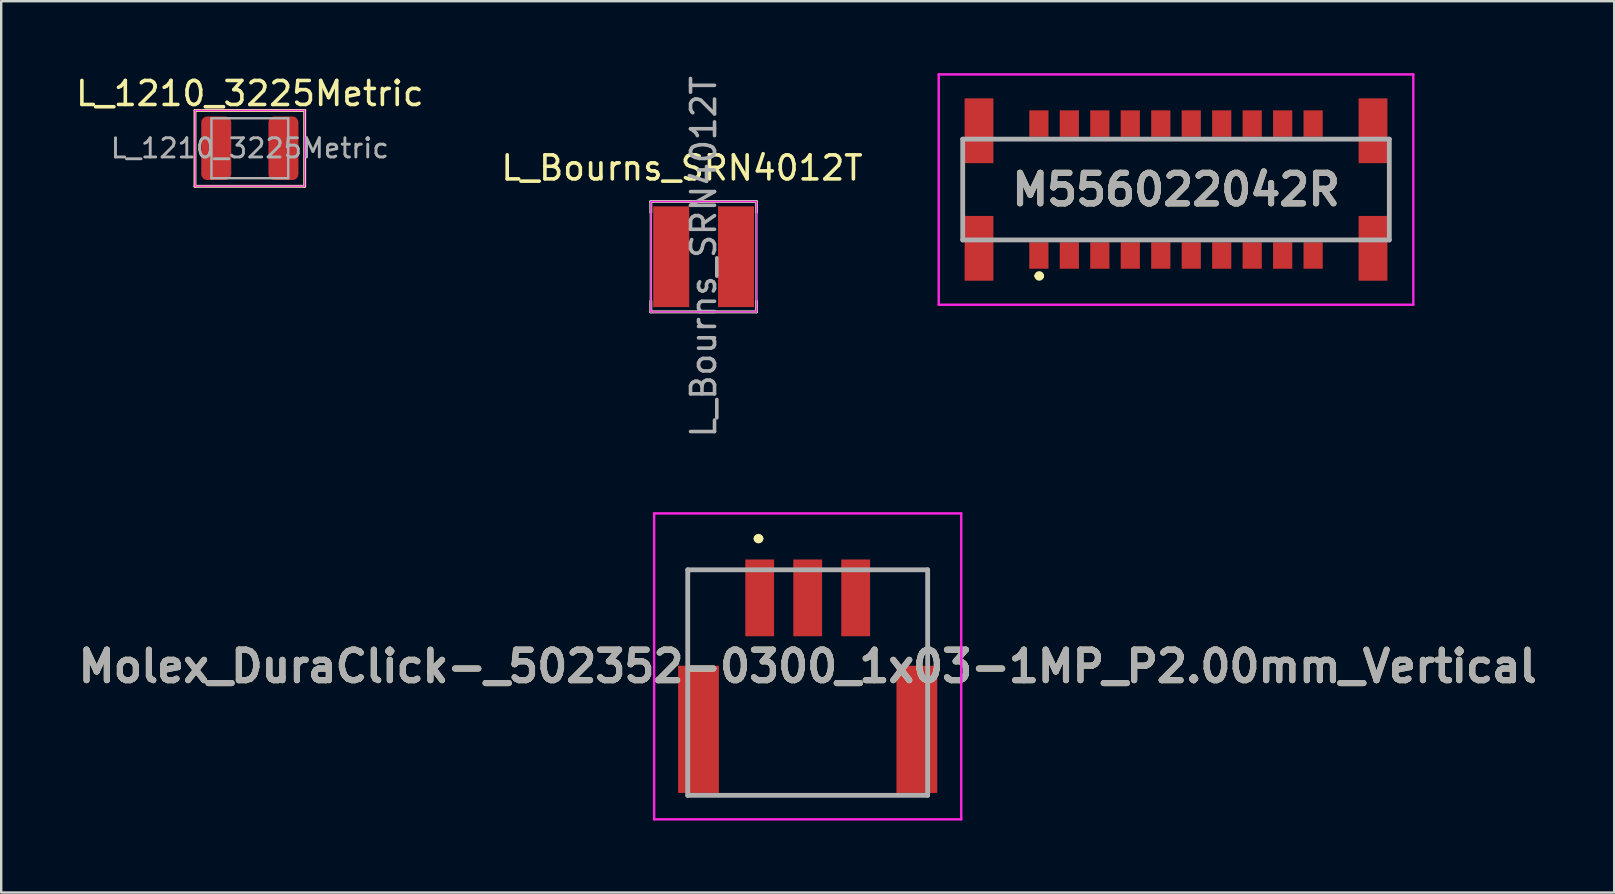
<source format=kicad_pcb>
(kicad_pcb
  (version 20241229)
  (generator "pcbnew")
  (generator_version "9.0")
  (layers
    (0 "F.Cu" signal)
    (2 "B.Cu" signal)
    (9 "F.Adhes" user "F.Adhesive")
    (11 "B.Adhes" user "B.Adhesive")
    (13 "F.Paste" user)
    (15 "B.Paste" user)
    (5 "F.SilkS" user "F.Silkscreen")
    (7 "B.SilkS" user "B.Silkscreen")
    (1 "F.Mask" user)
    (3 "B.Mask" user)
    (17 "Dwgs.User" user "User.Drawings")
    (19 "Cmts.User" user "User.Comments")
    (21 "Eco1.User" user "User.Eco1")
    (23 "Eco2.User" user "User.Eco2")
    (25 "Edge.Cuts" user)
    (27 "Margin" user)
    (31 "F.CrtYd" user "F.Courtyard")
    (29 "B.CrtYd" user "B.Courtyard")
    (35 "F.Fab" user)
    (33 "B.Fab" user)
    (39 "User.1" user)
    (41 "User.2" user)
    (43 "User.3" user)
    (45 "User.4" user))
  (footprint "L_1210_3225Metric"
    (layer "F.Cu")
    (at 7.363 3.128)
    (property "Reference" "L_1210_3225Metric" (at 0 -2.28 0) (layer "F.SilkS") (effects (font (size 1 1) (thickness 0.15))))
    (attr smd)
    (fp_line (start -2.286 -1.575) (end -2.286 1.587) (stroke (width 0.12) (type solid)) (layer "F.SilkS"))
    (fp_line (start -2.286 -1.575) (end 2.286 -1.575) (stroke (width 0.12) (type solid)) (layer "F.SilkS"))
    (fp_line (start -2.286 1.587) (end 2.286 1.587) (stroke (width 0.12) (type solid)) (layer "F.SilkS"))
    (fp_line (start 2.286 -1.575) (end 2.286 1.587) (stroke (width 0.12) (type solid)) (layer "F.SilkS"))
    (fp_line (start -2.28 -1.58) (end 2.28 -1.58) (stroke (width 0.05) (type solid)) (layer "F.CrtYd"))
    (fp_line (start -2.28 1.58) (end -2.28 -1.58) (stroke (width 0.05) (type solid)) (layer "F.CrtYd"))
    (fp_line (start 2.28 -1.58) (end 2.28 1.58) (stroke (width 0.05) (type solid)) (layer "F.CrtYd"))
    (fp_line (start 2.28 1.58) (end -2.28 1.58) (stroke (width 0.05) (type solid)) (layer "F.CrtYd"))
    (fp_line (start -1.6 -1.25) (end 1.6 -1.25) (stroke (width 0.1) (type solid)) (layer "F.Fab"))
    (fp_line (start -1.6 1.25) (end -1.6 -1.25) (stroke (width 0.1) (type solid)) (layer "F.Fab"))
    (fp_line (start 1.6 -1.25) (end 1.6 1.25) (stroke (width 0.1) (type solid)) (layer "F.Fab"))
    (fp_line (start 1.6 1.25) (end -1.6 1.25) (stroke (width 0.1) (type solid)) (layer "F.Fab"))
    (fp_text user "${REFERENCE}" (at 0 0 0) (layer "F.Fab") (effects (font (size 0.8 0.8) (thickness 0.12))))
    (pad "1" smd roundrect (at -1.4 0) (size 1.25 2.65) (layers "F.Cu" "F.Mask" "F.Paste") (roundrect_rratio 0.2))
    (pad "2" smd roundrect (at 1.4 0) (size 1.25 2.65) (layers "F.Cu" "F.Mask" "F.Paste") (roundrect_rratio 0.2)))
  (footprint "M556022042R"
    (layer "F.Cu")
    (at 45.964 4.85)
    (property "Reference" "M556022042R" (at 0 0 0) (layer "F.SilkS") (effects (font (size 1.27 1.27) (thickness 0.254))))
    (attr through_hole)
    (fp_line (start -8.89 -1) (end -8.89 1) (stroke (width 0.1) (type solid)) (layer "F.SilkS"))
    (fp_line (start -5.8 3.6) (end -5.8 3.6) (stroke (width 0.2) (type solid)) (layer "F.SilkS"))
    (fp_line (start -5.6 3.6) (end -5.6 3.6) (stroke (width 0.2) (type solid)) (layer "F.SilkS"))
    (fp_line (start 8.89 -1) (end 8.89 1) (stroke (width 0.1) (type solid)) (layer "F.SilkS"))
    (fp_arc (start -5.8 3.6) (mid -5.7 3.5) (end -5.6 3.6) (stroke (width 0.2) (type solid)) (layer "F.SilkS"))
    (fp_arc (start -5.6 3.6) (mid -5.7 3.7) (end -5.8 3.6) (stroke (width 0.2) (type solid)) (layer "F.SilkS"))
    (fp_line (start -9.89 -4.8) (end 9.89 -4.8) (stroke (width 0.1) (type solid)) (layer "F.CrtYd"))
    (fp_line (start -9.89 4.8) (end -9.89 -4.8) (stroke (width 0.1) (type solid)) (layer "F.CrtYd"))
    (fp_line (start 9.89 -4.8) (end 9.89 4.8) (stroke (width 0.1) (type solid)) (layer "F.CrtYd"))
    (fp_line (start 9.89 4.8) (end -9.89 4.8) (stroke (width 0.1) (type solid)) (layer "F.CrtYd"))
    (fp_line (start -8.89 -2.1) (end 8.89 -2.1) (stroke (width 0.2) (type solid)) (layer "F.Fab"))
    (fp_line (start -8.89 2.1) (end -8.89 -2.1) (stroke (width 0.2) (type solid)) (layer "F.Fab"))
    (fp_line (start 8.89 -2.1) (end 8.89 2.1) (stroke (width 0.2) (type solid)) (layer "F.Fab"))
    (fp_line (start 8.89 2.1) (end -8.89 2.1) (stroke (width 0.2) (type solid)) (layer "F.Fab"))
    (fp_text user "${REFERENCE}" (at 0 0 0) (layer "F.Fab") (effects (font (size 1.27 1.27) (thickness 0.254))))
    (pad "" np_thru_hole circle (at -7.925 0) (size 0.001 0.001) (drill 1.65) (layers "*.Cu" "*.Mask"))
    (pad "" np_thru_hole circle (at 7.925 0) (size 0.001 0.001) (drill 1.65) (layers "*.Cu" "*.Mask"))
    (pad "A1" smd rect (at -5.715 2.75) (size 0.8 1.1) (layers "F.Cu" "F.Mask" "F.Paste"))
    (pad "A2" smd rect (at -4.445 2.75) (size 0.8 1.1) (layers "F.Cu" "F.Mask" "F.Paste"))
    (pad "A3" smd rect (at -3.175 2.75) (size 0.8 1.1) (layers "F.Cu" "F.Mask" "F.Paste"))
    (pad "A4" smd rect (at -1.905 2.75) (size 0.8 1.1) (layers "F.Cu" "F.Mask" "F.Paste"))
    (pad "A5" smd rect (at -0.635 2.75) (size 0.8 1.1) (layers "F.Cu" "F.Mask" "F.Paste"))
    (pad "A6" smd rect (at 0.635 2.75) (size 0.8 1.1) (layers "F.Cu" "F.Mask" "F.Paste"))
    (pad "A7" smd rect (at 1.905 2.75) (size 0.8 1.1) (layers "F.Cu" "F.Mask" "F.Paste"))
    (pad "A8" smd rect (at 3.175 2.75) (size 0.8 1.1) (layers "F.Cu" "F.Mask" "F.Paste"))
    (pad "A9" smd rect (at 4.445 2.75) (size 0.8 1.1) (layers "F.Cu" "F.Mask" "F.Paste"))
    (pad "A10" smd rect (at 5.715 2.75) (size 0.8 1.1) (layers "F.Cu" "F.Mask" "F.Paste"))
    (pad "B1" smd rect (at -5.715 -2.75) (size 0.8 1.1) (layers "F.Cu" "F.Mask" "F.Paste"))
    (pad "B2" smd rect (at -4.445 -2.75) (size 0.8 1.1) (layers "F.Cu" "F.Mask" "F.Paste"))
    (pad "B3" smd rect (at -3.175 -2.75) (size 0.8 1.1) (layers "F.Cu" "F.Mask" "F.Paste"))
    (pad "B4" smd rect (at -1.905 -2.75) (size 0.8 1.1) (layers "F.Cu" "F.Mask" "F.Paste"))
    (pad "B5" smd rect (at -0.635 -2.75) (size 0.8 1.1) (layers "F.Cu" "F.Mask" "F.Paste"))
    (pad "B6" smd rect (at 0.635 -2.75) (size 0.8 1.1) (layers "F.Cu" "F.Mask" "F.Paste"))
    (pad "B7" smd rect (at 1.905 -2.75) (size 0.8 1.1) (layers "F.Cu" "F.Mask" "F.Paste"))
    (pad "B8" smd rect (at 3.175 -2.75) (size 0.8 1.1) (layers "F.Cu" "F.Mask" "F.Paste"))
    (pad "B9" smd rect (at 4.445 -2.75) (size 0.8 1.1) (layers "F.Cu" "F.Mask" "F.Paste"))
    (pad "B10" smd rect (at 5.715 -2.75) (size 0.8 1.1) (layers "F.Cu" "F.Mask" "F.Paste"))
    (pad "MP1" smd rect (at -8.21 -2.45) (size 1.2 2.7) (layers "F.Cu" "F.Mask" "F.Paste"))
    (pad "MP2" smd rect (at -8.21 2.45) (size 1.2 2.7) (layers "F.Cu" "F.Mask" "F.Paste"))
    (pad "MP3" smd rect (at 8.21 2.45) (size 1.2 2.7) (layers "F.Cu" "F.Mask" "F.Paste"))
    (pad "MP4" smd rect (at 8.21 -2.45) (size 1.2 2.7) (layers "F.Cu" "F.Mask" "F.Paste")))
  (footprint "Molex_DuraClick-_502352-0300_1x03-1MP_P2.00mm_Vertical"
    (layer "F.Cu")
    (at 30.613 25.398)
    (property "Reference" "Molex_DuraClick-_502352-0300_1x03-1MP_P2.00mm_Vertical" (at 0 -0.675 0) (layer "F.SilkS") (effects (font (size 1.27 1.27) (thickness 0.254))))
    (attr smd)
    (fp_line (start -4.95 -4.7) (end -5 -1.55) (stroke (width 0.1) (type solid)) (layer "F.SilkS"))
    (fp_line (start -3.45 -4.7) (end -4.95 -4.7) (stroke (width 0.1) (type solid)) (layer "F.SilkS"))
    (fp_line (start -2.95 4.7) (end 3.05 4.7) (stroke (width 0.1) (type solid)) (layer "F.SilkS"))
    (fp_line (start -2.1 -6) (end -2.1 -6) (stroke (width 0.3) (type solid)) (layer "F.SilkS"))
    (fp_line (start -2 -6) (end -2 -6) (stroke (width 0.3) (type solid)) (layer "F.SilkS"))
    (fp_line (start 3.55 -4.7) (end 5 -4.7) (stroke (width 0.1) (type solid)) (layer "F.SilkS"))
    (fp_line (start 5 -4.7) (end 5 -1.55) (stroke (width 0.1) (type solid)) (layer "F.SilkS"))
    (fp_arc (start -2.1 -6) (mid -2.05 -6.05) (end -2 -6) (stroke (width 0.3) (type solid)) (layer "F.SilkS"))
    (fp_arc (start -2 -6) (mid -2.05 -5.95) (end -2.1 -6) (stroke (width 0.3) (type solid)) (layer "F.SilkS"))
    (fp_line (start -6.4 -7.05) (end 6.4 -7.05) (stroke (width 0.1) (type solid)) (layer "F.CrtYd"))
    (fp_line (start -6.4 5.7) (end -6.4 -7.05) (stroke (width 0.1) (type solid)) (layer "F.CrtYd"))
    (fp_line (start 6.4 -7.05) (end 6.4 5.7) (stroke (width 0.1) (type solid)) (layer "F.CrtYd"))
    (fp_line (start 6.4 5.7) (end -6.4 5.7) (stroke (width 0.1) (type solid)) (layer "F.CrtYd"))
    (fp_line (start -5 -4.7) (end 5 -4.7) (stroke (width 0.2) (type solid)) (layer "F.Fab"))
    (fp_line (start -5 4.7) (end -5 -4.7) (stroke (width 0.2) (type solid)) (layer "F.Fab"))
    (fp_line (start 5 -4.7) (end 5 4.7) (stroke (width 0.2) (type solid)) (layer "F.Fab"))
    (fp_line (start 5 4.7) (end -5 4.7) (stroke (width 0.2) (type solid)) (layer "F.Fab"))
    (fp_text user "${REFERENCE}" (at 0 -0.675 0) (layer "F.Fab") (effects (font (size 1.27 1.27) (thickness 0.254))))
    (pad "1" smd rect (at -2 -3.53) (size 1.2 3.2) (layers "F.Cu" "F.Mask" "F.Paste"))
    (pad "2" smd rect (at 0 -3.53) (size 1.2 3.2) (layers "F.Cu" "F.Mask" "F.Paste"))
    (pad "3" smd rect (at 2 -3.53) (size 1.2 3.2) (layers "F.Cu" "F.Mask" "F.Paste"))
    (pad "MP1" smd rect (at -4.55 1.95) (size 1.7 5.3) (layers "F.Cu" "F.Mask" "F.Paste"))
    (pad "MP2" smd rect (at 4.55 1.95) (size 1.7 5.3) (layers "F.Cu" "F.Mask" "F.Paste")))
  (footprint "L_Bourns_SRN4012T"
    (layer "F.Cu")
    (at 26.275 7.649)
    (property "Reference" "L_Bourns_SRN4012T" (at -0.9 -3.7 0) (layer "F.SilkS") (effects (font (size 1 1) (thickness 0.15))))
    (attr smd)
    (fp_line (start -2.2 -2.3) (end -2.2 -1.85) (stroke (width 0.12) (type solid)) (layer "F.SilkS"))
    (fp_line (start -2.2 -2.3) (end 2.2 -2.3) (stroke (width 0.12) (type solid)) (layer "F.SilkS"))
    (fp_line (start -2.2 2.3) (end -2.2 1.85) (stroke (width 0.12) (type solid)) (layer "F.SilkS"))
    (fp_line (start 2.2 -2.3) (end 2.2 -1.85) (stroke (width 0.12) (type solid)) (layer "F.SilkS"))
    (fp_line (start 2.2 2.3) (end -2.2 2.3) (stroke (width 0.12) (type solid)) (layer "F.SilkS"))
    (fp_line (start 2.2 2.3) (end 2.2 1.85) (stroke (width 0.12) (type solid)) (layer "F.SilkS"))
    (fp_line (start -2.2 -2.3) (end -2.2 2.3) (stroke (width 0.05) (type solid)) (layer "F.CrtYd"))
    (fp_line (start -2.2 2.3) (end 2.2 2.3) (stroke (width 0.05) (type solid)) (layer "F.CrtYd"))
    (fp_line (start 2.2 -2.3) (end -2.2 -2.3) (stroke (width 0.05) (type solid)) (layer "F.CrtYd"))
    (fp_line (start 2.2 2.3) (end 2.2 -2.3) (stroke (width 0.05) (type solid)) (layer "F.CrtYd"))
    (fp_line (start -2.2 -2.3) (end -2.2 2.3) (stroke (width 0.1) (type solid)) (layer "F.Fab"))
    (fp_line (start -2.2 -2.3) (end 2.2 -2.3) (stroke (width 0.1) (type solid)) (layer "F.Fab"))
    (fp_line (start -2.2 2.3) (end 2.2 2.3) (stroke (width 0.1) (type solid)) (layer "F.Fab"))
    (fp_line (start 2.2 2.3) (end 2.2 -2.3) (stroke (width 0.1) (type solid)) (layer "F.Fab"))
    (fp_text user "${REFERENCE}" (at 0 0 90) (layer "F.Fab") (effects (font (size 1 1) (thickness 0.15))))
    (pad "1" smd rect (at -1.35 0) (size 1.5 4.2) (layers "F.Cu" "F.Mask" "F.Paste"))
    (pad "2" smd rect (at 1.35 0) (size 1.5 4.2) (layers "F.Cu" "F.Mask" "F.Paste")))
  (gr_rect
    (start -3 -3)
    (end 64.226 34.148)
    (stroke (width 0.1) (type default))
    (fill no)
    (layer "Edge.Cuts")))
</source>
